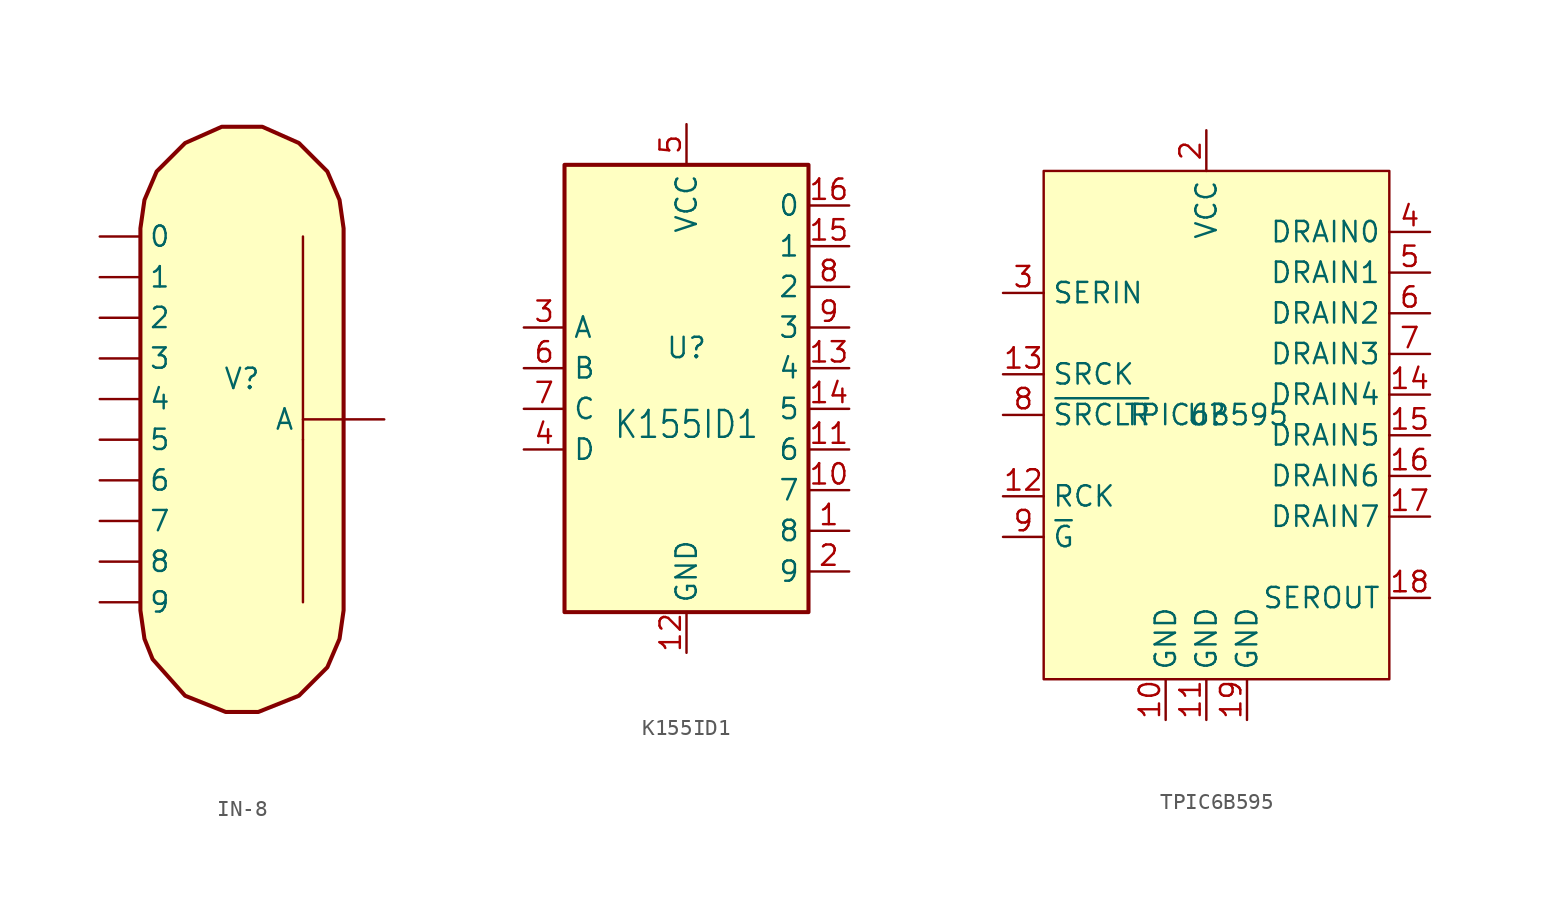
<source format=kicad_sym>
(kicad_symbol_lib
  (version 20220914)
  (generator kicad_symbol_editor)
  (symbol "IN-8"
    (property "Reference" "V"
      (at 0 2.54 0)
      (effects (font (size 1.27 1.27))))
    (property "Value" ""
      (at 0 -19.05 0)
      (effects (font (size 1.676 1.425)) (justify top)))
    (symbol "IN-8_1_0"
      (polyline (pts (xy 3.81 -1.27) (xy 3.81 -11.43)) (stroke (width 0) (type solid)) (fill (type none)))
      (polyline (pts (xy 3.81 -1.27) (xy 3.81 11.43)) (stroke (width 0) (type solid)) (fill (type none)))
      (polyline (pts (xy -6.35 -11.938) (xy -6.35 11.938) (xy -6.096 13.716) (xy -5.334 15.494) (xy -3.556 17.272) (xy -1.27 18.288) (xy 0 18.288) (xy 1.27 18.288) (xy 3.556 17.272) (xy 5.334 15.494) (xy 6.096 13.716) (xy 6.35 11.938) (xy 6.35 -11.938) (xy 6.096 -13.716) (xy 5.334 -15.494) (xy 3.556 -17.272) (xy 1.016 -18.288) (xy -1.016 -18.288) (xy -3.556 -17.272) (xy -5.588 -14.986) (xy -6.096 -13.716) (xy -6.35 -11.938)) (stroke (width 0.254) (type default)) (fill (type background)))
      (pin power_in line (at -8.89 8.89 0) (length 2.54) (name "1" (effects (font (size 1.27 1.27)))) (number "1" (effects (font (size 0 0)))))
      (pin power_in line (at -8.89 11.43 0) (length 2.54) (name "0" (effects (font (size 1.27 1.27)))) (number "10" (effects (font (size 0 0)))))
      (pin power_in line (at -8.89 6.35 0) (length 2.54) (name "2" (effects (font (size 1.27 1.27)))) (number "2" (effects (font (size 0 0)))))
      (pin power_in line (at -8.89 3.81 0) (length 2.54) (name "3" (effects (font (size 1.27 1.27)))) (number "3" (effects (font (size 0 0)))))
      (pin power_in line (at -8.89 1.27 0) (length 2.54) (name "4" (effects (font (size 1.27 1.27)))) (number "4" (effects (font (size 0 0)))))
      (pin power_in line (at -8.89 -1.27 0) (length 2.54) (name "5" (effects (font (size 1.27 1.27)))) (number "5" (effects (font (size 0 0)))))
      (pin power_in line (at -8.89 -3.81 0) (length 2.54) (name "6" (effects (font (size 1.27 1.27)))) (number "6" (effects (font (size 0 0)))))
      (pin power_in line (at -8.89 -6.35 0) (length 2.54) (name "7" (effects (font (size 1.27 1.27)))) (number "7" (effects (font (size 0 0)))))
      (pin power_in line (at -8.89 -8.89 0) (length 2.54) (name "8" (effects (font (size 1.27 1.27)))) (number "8" (effects (font (size 0 0)))))
      (pin power_in line (at -8.89 -11.43 0) (length 2.54) (name "9" (effects (font (size 1.27 1.27)))) (number "9" (effects (font (size 0 0)))))
      (pin power_in line (at 8.89 0 180) (length 5.08) (name "A" (effects (font (size 1.27 1.27)))) (number "A" (effects (font (size 0 0)))))))
  (symbol "K155ID1"
    (property "Reference" "U"
      (at 0 2.54 0)
      (effects (font (size 1.27 1.27))))
    (property "Value" "K155ID1"
      (at 0 -1.27 0)
      (effects (font (size 1.676 1.425)) (justify top)))
    (symbol "K155ID1_1_0"
      (rectangle (start -7.62 13.97) (end 7.62 -13.97) (stroke (width 0.254) (type default)) (fill (type background)))
      (pin open_collector line (at 10.16 -8.89 180) (length 2.54) (name "8" (effects (font (size 1.27 1.27)))) (number "1" (effects (font (size 1.27 1.27)))))
      (pin open_collector line (at 10.16 -6.35 180) (length 2.54) (name "7" (effects (font (size 1.27 1.27)))) (number "10" (effects (font (size 1.27 1.27)))))
      (pin open_collector line (at 10.16 -3.81 180) (length 2.54) (name "6" (effects (font (size 1.27 1.27)))) (number "11" (effects (font (size 1.27 1.27)))))
      (pin power_in line (at 0 -16.51 90) (length 2.54) (name "GND" (effects (font (size 1.27 1.27)))) (number "12" (effects (font (size 1.27 1.27)))))
      (pin open_collector line (at 10.16 1.27 180) (length 2.54) (name "4" (effects (font (size 1.27 1.27)))) (number "13" (effects (font (size 1.27 1.27)))))
      (pin open_collector line (at 10.16 -1.27 180) (length 2.54) (name "5" (effects (font (size 1.27 1.27)))) (number "14" (effects (font (size 1.27 1.27)))))
      (pin open_collector line (at 10.16 8.89 180) (length 2.54) (name "1" (effects (font (size 1.27 1.27)))) (number "15" (effects (font (size 1.27 1.27)))))
      (pin open_collector line (at 10.16 11.43 180) (length 2.54) (name "0" (effects (font (size 1.27 1.27)))) (number "16" (effects (font (size 1.27 1.27)))))
      (pin open_collector line (at 10.16 -11.43 180) (length 2.54) (name "9" (effects (font (size 1.27 1.27)))) (number "2" (effects (font (size 1.27 1.27)))))
      (pin input line (at -10.16 3.81 0) (length 2.54) (name "A" (effects (font (size 1.27 1.27)))) (number "3" (effects (font (size 1.27 1.27)))))
      (pin input line (at -10.16 -3.81 0) (length 2.54) (name "D" (effects (font (size 1.27 1.27)))) (number "4" (effects (font (size 1.27 1.27)))))
      (pin power_in line (at 0 16.51 270) (length 2.54) (name "VCC" (effects (font (size 1.27 1.27)))) (number "5" (effects (font (size 1.27 1.27)))))
      (pin input line (at -10.16 1.27 0) (length 2.54) (name "B" (effects (font (size 1.27 1.27)))) (number "6" (effects (font (size 1.27 1.27)))))
      (pin input line (at -10.16 -1.27 0) (length 2.54) (name "C" (effects (font (size 1.27 1.27)))) (number "7" (effects (font (size 1.27 1.27)))))
      (pin open_collector line (at 10.16 6.35 180) (length 2.54) (name "2" (effects (font (size 1.27 1.27)))) (number "8" (effects (font (size 1.27 1.27)))))
      (pin open_collector line (at 10.16 3.81 180) (length 2.54) (name "3" (effects (font (size 1.27 1.27)))) (number "9" (effects (font (size 1.27 1.27)))))))
  (symbol "TPIC6B595"
    (property "Reference" "U"
      (at 0 0 0)
      (effects (font (size 1.27 1.27))))
    (property "Value" "TPIC6B595"
      (at 0 0 0)
      (effects (font (size 1.27 1.27))))
    (symbol "TPIC6B595_1_1"
      (rectangle (start -10.16 15.24) (end 11.43 -16.51) (stroke (width 0) (type default)) (fill (type background)))
      (pin power_in line (at -2.54 -19.05 90) (length 2.54) (name "GND" (effects (font (size 1.27 1.27)))) (number "10" (effects (font (size 1.27 1.27)))))
      (pin power_in line (at 0 -19.05 90) (length 2.54) (name "GND" (effects (font (size 1.27 1.27)))) (number "11" (effects (font (size 1.27 1.27)))))
      (pin input line (at -12.7 -5.08 0) (length 2.54) (name "RCK" (effects (font (size 1.27 1.27)))) (number "12" (effects (font (size 1.27 1.27)))))
      (pin input line (at -12.7 2.54 0) (length 2.54) (name "SRCK" (effects (font (size 1.27 1.27)))) (number "13" (effects (font (size 1.27 1.27)))))
      (pin open_collector line (at 13.97 1.27 180) (length 2.54) (name "DRAIN4" (effects (font (size 1.27 1.27)))) (number "14" (effects (font (size 1.27 1.27)))))
      (pin open_collector line (at 13.97 -1.27 180) (length 2.54) (name "DRAIN5" (effects (font (size 1.27 1.27)))) (number "15" (effects (font (size 1.27 1.27)))))
      (pin open_collector line (at 13.97 -3.81 180) (length 2.54) (name "DRAIN6" (effects (font (size 1.27 1.27)))) (number "16" (effects (font (size 1.27 1.27)))))
      (pin open_collector line (at 13.97 -6.35 180) (length 2.54) (name "DRAIN7" (effects (font (size 1.27 1.27)))) (number "17" (effects (font (size 1.27 1.27)))))
      (pin input line (at 13.97 -11.43 180) (length 2.54) (name "SEROUT" (effects (font (size 1.27 1.27)))) (number "18" (effects (font (size 1.27 1.27)))))
      (pin power_in line (at 2.54 -19.05 90) (length 2.54) (name "GND" (effects (font (size 1.27 1.27)))) (number "19" (effects (font (size 1.27 1.27)))))
      (pin power_in line (at 0 17.78 270) (length 2.54) (name "VCC" (effects (font (size 1.27 1.27)))) (number "2" (effects (font (size 1.27 1.27)))))
      (pin input line (at -12.7 7.62 0) (length 2.54) (name "SERIN" (effects (font (size 1.27 1.27)))) (number "3" (effects (font (size 1.27 1.27)))))
      (pin open_collector line (at 13.97 11.43 180) (length 2.54) (name "DRAIN0" (effects (font (size 1.27 1.27)))) (number "4" (effects (font (size 1.27 1.27)))))
      (pin open_collector line (at 13.97 8.89 180) (length 2.54) (name "DRAIN1" (effects (font (size 1.27 1.27)))) (number "5" (effects (font (size 1.27 1.27)))))
      (pin open_collector line (at 13.97 6.35 180) (length 2.54) (name "DRAIN2" (effects (font (size 1.27 1.27)))) (number "6" (effects (font (size 1.27 1.27)))))
      (pin open_collector line (at 13.97 3.81 180) (length 2.54) (name "DRAIN3" (effects (font (size 1.27 1.27)))) (number "7" (effects (font (size 1.27 1.27)))))
      (pin input line (at -12.7 0 0) (length 2.54) (name "~{SRCLR}" (effects (font (size 1.27 1.27)))) (number "8" (effects (font (size 1.27 1.27)))))
      (pin input line (at -12.7 -7.62 0) (length 2.54) (name "~{G}" (effects (font (size 1.27 1.27)))) (number "9" (effects (font (size 1.27 1.27))))))))
</source>
